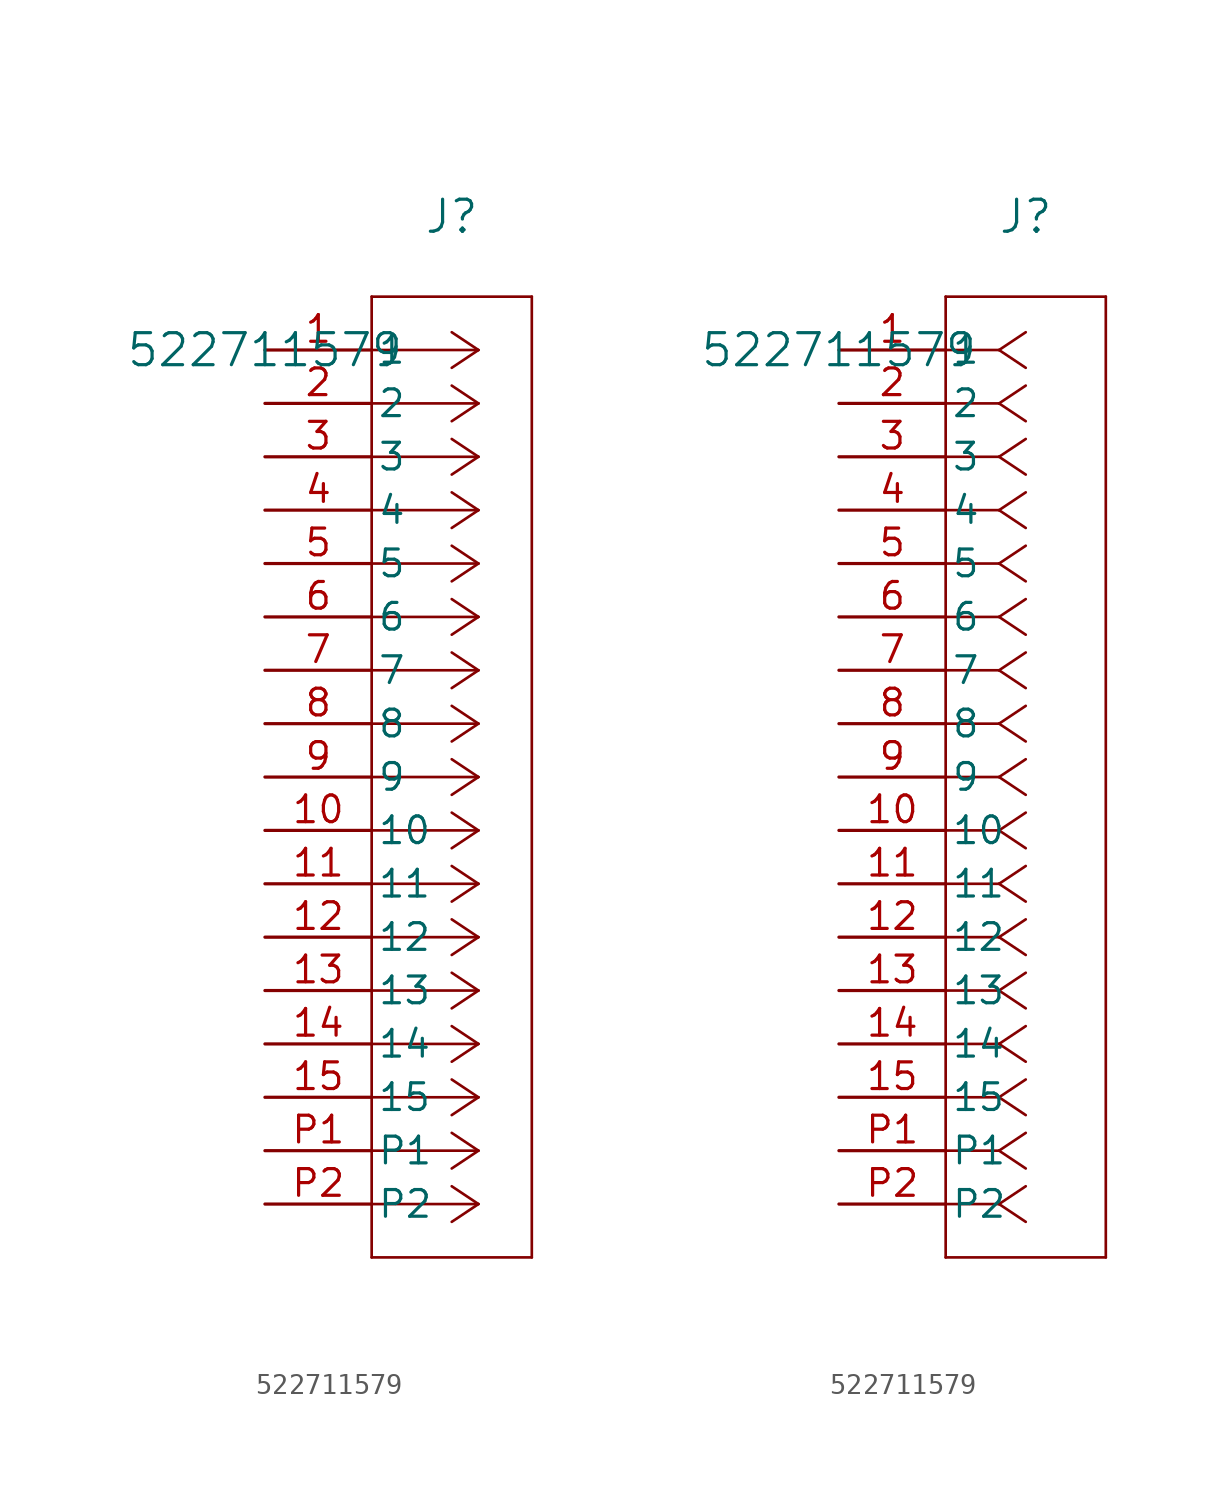
<source format=kicad_sym>
(kicad_symbol_lib
  (version 20211014)
  (generator kicad_symbol_editor)
  (symbol "522711579"
    (pin_names
      (offset 0.254))
    (property "Reference" "J"
      (at 8.89 6.35 0)
      (effects (font (size 1.524 1.524))))
    (property "Value" "522711579"
      (at 0 0 0)
      (effects (font (size 1.524 1.524))))
    (symbol "522711579_1_1"
      (polyline (pts (xy 10.16 0) (xy 5.08 0)) (stroke (width 0.127) (type default) (color 0 0 0 0)) (fill (type none)))
      (polyline (pts (xy 10.16 -2.54) (xy 5.08 -2.54)) (stroke (width 0.127) (type default) (color 0 0 0 0)) (fill (type none)))
      (polyline (pts (xy 10.16 -5.08) (xy 5.08 -5.08)) (stroke (width 0.127) (type default) (color 0 0 0 0)) (fill (type none)))
      (polyline (pts (xy 10.16 -7.62) (xy 5.08 -7.62)) (stroke (width 0.127) (type default) (color 0 0 0 0)) (fill (type none)))
      (polyline (pts (xy 10.16 -10.16) (xy 5.08 -10.16)) (stroke (width 0.127) (type default) (color 0 0 0 0)) (fill (type none)))
      (polyline (pts (xy 10.16 -12.7) (xy 5.08 -12.7)) (stroke (width 0.127) (type default) (color 0 0 0 0)) (fill (type none)))
      (polyline (pts (xy 10.16 -15.24) (xy 5.08 -15.24)) (stroke (width 0.127) (type default) (color 0 0 0 0)) (fill (type none)))
      (polyline (pts (xy 10.16 -17.78) (xy 5.08 -17.78)) (stroke (width 0.127) (type default) (color 0 0 0 0)) (fill (type none)))
      (polyline (pts (xy 10.16 -20.32) (xy 5.08 -20.32)) (stroke (width 0.127) (type default) (color 0 0 0 0)) (fill (type none)))
      (polyline (pts (xy 10.16 -22.86) (xy 5.08 -22.86)) (stroke (width 0.127) (type default) (color 0 0 0 0)) (fill (type none)))
      (polyline (pts (xy 10.16 -25.4) (xy 5.08 -25.4)) (stroke (width 0.127) (type default) (color 0 0 0 0)) (fill (type none)))
      (polyline (pts (xy 10.16 -27.94) (xy 5.08 -27.94)) (stroke (width 0.127) (type default) (color 0 0 0 0)) (fill (type none)))
      (polyline (pts (xy 10.16 -30.48) (xy 5.08 -30.48)) (stroke (width 0.127) (type default) (color 0 0 0 0)) (fill (type none)))
      (polyline (pts (xy 10.16 -33.02) (xy 5.08 -33.02)) (stroke (width 0.127) (type default) (color 0 0 0 0)) (fill (type none)))
      (polyline (pts (xy 10.16 -35.56) (xy 5.08 -35.56)) (stroke (width 0.127) (type default) (color 0 0 0 0)) (fill (type none)))
      (polyline (pts (xy 10.16 -38.1) (xy 5.08 -38.1)) (stroke (width 0.127) (type default) (color 0 0 0 0)) (fill (type none)))
      (polyline (pts (xy 10.16 -40.64) (xy 5.08 -40.64)) (stroke (width 0.127) (type default) (color 0 0 0 0)) (fill (type none)))
      (polyline (pts (xy 10.16 0) (xy 8.89 0.847)) (stroke (width 0.127) (type default) (color 0 0 0 0)) (fill (type none)))
      (polyline (pts (xy 10.16 -2.54) (xy 8.89 -1.693)) (stroke (width 0.127) (type default) (color 0 0 0 0)) (fill (type none)))
      (polyline (pts (xy 10.16 -5.08) (xy 8.89 -4.233)) (stroke (width 0.127) (type default) (color 0 0 0 0)) (fill (type none)))
      (polyline (pts (xy 10.16 -7.62) (xy 8.89 -6.773)) (stroke (width 0.127) (type default) (color 0 0 0 0)) (fill (type none)))
      (polyline (pts (xy 10.16 -10.16) (xy 8.89 -9.313)) (stroke (width 0.127) (type default) (color 0 0 0 0)) (fill (type none)))
      (polyline (pts (xy 10.16 -12.7) (xy 8.89 -11.853)) (stroke (width 0.127) (type default) (color 0 0 0 0)) (fill (type none)))
      (polyline (pts (xy 10.16 -15.24) (xy 8.89 -14.393)) (stroke (width 0.127) (type default) (color 0 0 0 0)) (fill (type none)))
      (polyline (pts (xy 10.16 -17.78) (xy 8.89 -16.933)) (stroke (width 0.127) (type default) (color 0 0 0 0)) (fill (type none)))
      (polyline (pts (xy 10.16 -20.32) (xy 8.89 -19.473)) (stroke (width 0.127) (type default) (color 0 0 0 0)) (fill (type none)))
      (polyline (pts (xy 10.16 -22.86) (xy 8.89 -22.013)) (stroke (width 0.127) (type default) (color 0 0 0 0)) (fill (type none)))
      (polyline (pts (xy 10.16 -25.4) (xy 8.89 -24.553)) (stroke (width 0.127) (type default) (color 0 0 0 0)) (fill (type none)))
      (polyline (pts (xy 10.16 -27.94) (xy 8.89 -27.093)) (stroke (width 0.127) (type default) (color 0 0 0 0)) (fill (type none)))
      (polyline (pts (xy 10.16 -30.48) (xy 8.89 -29.633)) (stroke (width 0.127) (type default) (color 0 0 0 0)) (fill (type none)))
      (polyline (pts (xy 10.16 -33.02) (xy 8.89 -32.173)) (stroke (width 0.127) (type default) (color 0 0 0 0)) (fill (type none)))
      (polyline (pts (xy 10.16 -35.56) (xy 8.89 -34.713)) (stroke (width 0.127) (type default) (color 0 0 0 0)) (fill (type none)))
      (polyline (pts (xy 10.16 -38.1) (xy 8.89 -37.253)) (stroke (width 0.127) (type default) (color 0 0 0 0)) (fill (type none)))
      (polyline (pts (xy 10.16 -40.64) (xy 8.89 -39.793)) (stroke (width 0.127) (type default) (color 0 0 0 0)) (fill (type none)))
      (polyline (pts (xy 10.16 0) (xy 8.89 -0.847)) (stroke (width 0.127) (type default) (color 0 0 0 0)) (fill (type none)))
      (polyline (pts (xy 10.16 -2.54) (xy 8.89 -3.387)) (stroke (width 0.127) (type default) (color 0 0 0 0)) (fill (type none)))
      (polyline (pts (xy 10.16 -5.08) (xy 8.89 -5.927)) (stroke (width 0.127) (type default) (color 0 0 0 0)) (fill (type none)))
      (polyline (pts (xy 10.16 -7.62) (xy 8.89 -8.467)) (stroke (width 0.127) (type default) (color 0 0 0 0)) (fill (type none)))
      (polyline (pts (xy 10.16 -10.16) (xy 8.89 -11.007)) (stroke (width 0.127) (type default) (color 0 0 0 0)) (fill (type none)))
      (polyline (pts (xy 10.16 -12.7) (xy 8.89 -13.547)) (stroke (width 0.127) (type default) (color 0 0 0 0)) (fill (type none)))
      (polyline (pts (xy 10.16 -15.24) (xy 8.89 -16.087)) (stroke (width 0.127) (type default) (color 0 0 0 0)) (fill (type none)))
      (polyline (pts (xy 10.16 -17.78) (xy 8.89 -18.627)) (stroke (width 0.127) (type default) (color 0 0 0 0)) (fill (type none)))
      (polyline (pts (xy 10.16 -20.32) (xy 8.89 -21.167)) (stroke (width 0.127) (type default) (color 0 0 0 0)) (fill (type none)))
      (polyline (pts (xy 10.16 -22.86) (xy 8.89 -23.707)) (stroke (width 0.127) (type default) (color 0 0 0 0)) (fill (type none)))
      (polyline (pts (xy 10.16 -25.4) (xy 8.89 -26.247)) (stroke (width 0.127) (type default) (color 0 0 0 0)) (fill (type none)))
      (polyline (pts (xy 10.16 -27.94) (xy 8.89 -28.787)) (stroke (width 0.127) (type default) (color 0 0 0 0)) (fill (type none)))
      (polyline (pts (xy 10.16 -30.48) (xy 8.89 -31.327)) (stroke (width 0.127) (type default) (color 0 0 0 0)) (fill (type none)))
      (polyline (pts (xy 10.16 -33.02) (xy 8.89 -33.867)) (stroke (width 0.127) (type default) (color 0 0 0 0)) (fill (type none)))
      (polyline (pts (xy 10.16 -35.56) (xy 8.89 -36.407)) (stroke (width 0.127) (type default) (color 0 0 0 0)) (fill (type none)))
      (polyline (pts (xy 10.16 -38.1) (xy 8.89 -38.947)) (stroke (width 0.127) (type default) (color 0 0 0 0)) (fill (type none)))
      (polyline (pts (xy 10.16 -40.64) (xy 8.89 -41.487)) (stroke (width 0.127) (type default) (color 0 0 0 0)) (fill (type none)))
      (polyline (pts (xy 5.08 2.54) (xy 5.08 -43.18)) (stroke (width 0.127) (type default) (color 0 0 0 0)) (fill (type none)))
      (polyline (pts (xy 5.08 -43.18) (xy 12.7 -43.18)) (stroke (width 0.127) (type default) (color 0 0 0 0)) (fill (type none)))
      (polyline (pts (xy 12.7 -43.18) (xy 12.7 2.54)) (stroke (width 0.127) (type default) (color 0 0 0 0)) (fill (type none)))
      (polyline (pts (xy 12.7 2.54) (xy 5.08 2.54)) (stroke (width 0.127) (type default) (color 0 0 0 0)) (fill (type none)))
      (pin unspecified line (at 0 0 0) (length 5.08) (name "1" (effects (font (size 1.27 1.27)))) (number "1" (effects (font (size 1.27 1.27)))))
      (pin unspecified line (at 0 -2.54 0) (length 5.08) (name "2" (effects (font (size 1.27 1.27)))) (number "2" (effects (font (size 1.27 1.27)))))
      (pin unspecified line (at 0 -5.08 0) (length 5.08) (name "3" (effects (font (size 1.27 1.27)))) (number "3" (effects (font (size 1.27 1.27)))))
      (pin unspecified line (at 0 -7.62 0) (length 5.08) (name "4" (effects (font (size 1.27 1.27)))) (number "4" (effects (font (size 1.27 1.27)))))
      (pin unspecified line (at 0 -10.16 0) (length 5.08) (name "5" (effects (font (size 1.27 1.27)))) (number "5" (effects (font (size 1.27 1.27)))))
      (pin unspecified line (at 0 -12.7 0) (length 5.08) (name "6" (effects (font (size 1.27 1.27)))) (number "6" (effects (font (size 1.27 1.27)))))
      (pin unspecified line (at 0 -15.24 0) (length 5.08) (name "7" (effects (font (size 1.27 1.27)))) (number "7" (effects (font (size 1.27 1.27)))))
      (pin unspecified line (at 0 -17.78 0) (length 5.08) (name "8" (effects (font (size 1.27 1.27)))) (number "8" (effects (font (size 1.27 1.27)))))
      (pin unspecified line (at 0 -20.32 0) (length 5.08) (name "9" (effects (font (size 1.27 1.27)))) (number "9" (effects (font (size 1.27 1.27)))))
      (pin unspecified line (at 0 -22.86 0) (length 5.08) (name "10" (effects (font (size 1.27 1.27)))) (number "10" (effects (font (size 1.27 1.27)))))
      (pin unspecified line (at 0 -25.4 0) (length 5.08) (name "11" (effects (font (size 1.27 1.27)))) (number "11" (effects (font (size 1.27 1.27)))))
      (pin unspecified line (at 0 -27.94 0) (length 5.08) (name "12" (effects (font (size 1.27 1.27)))) (number "12" (effects (font (size 1.27 1.27)))))
      (pin unspecified line (at 0 -30.48 0) (length 5.08) (name "13" (effects (font (size 1.27 1.27)))) (number "13" (effects (font (size 1.27 1.27)))))
      (pin unspecified line (at 0 -33.02 0) (length 5.08) (name "14" (effects (font (size 1.27 1.27)))) (number "14" (effects (font (size 1.27 1.27)))))
      (pin unspecified line (at 0 -35.56 0) (length 5.08) (name "15" (effects (font (size 1.27 1.27)))) (number "15" (effects (font (size 1.27 1.27)))))
      (pin unspecified line (at 0 -38.1 0) (length 5.08) (name "P1" (effects (font (size 1.27 1.27)))) (number "P1" (effects (font (size 1.27 1.27)))))
      (pin unspecified line (at 0 -40.64 0) (length 5.08) (name "P2" (effects (font (size 1.27 1.27)))) (number "P2" (effects (font (size 1.27 1.27))))))
    (symbol "522711579_1_2"
      (polyline (pts (xy 7.62 0) (xy 5.08 0)) (stroke (width 0.127) (type default) (color 0 0 0 0)) (fill (type none)))
      (polyline (pts (xy 7.62 -2.54) (xy 5.08 -2.54)) (stroke (width 0.127) (type default) (color 0 0 0 0)) (fill (type none)))
      (polyline (pts (xy 7.62 -5.08) (xy 5.08 -5.08)) (stroke (width 0.127) (type default) (color 0 0 0 0)) (fill (type none)))
      (polyline (pts (xy 7.62 -7.62) (xy 5.08 -7.62)) (stroke (width 0.127) (type default) (color 0 0 0 0)) (fill (type none)))
      (polyline (pts (xy 7.62 -10.16) (xy 5.08 -10.16)) (stroke (width 0.127) (type default) (color 0 0 0 0)) (fill (type none)))
      (polyline (pts (xy 7.62 -12.7) (xy 5.08 -12.7)) (stroke (width 0.127) (type default) (color 0 0 0 0)) (fill (type none)))
      (polyline (pts (xy 7.62 -15.24) (xy 5.08 -15.24)) (stroke (width 0.127) (type default) (color 0 0 0 0)) (fill (type none)))
      (polyline (pts (xy 7.62 -17.78) (xy 5.08 -17.78)) (stroke (width 0.127) (type default) (color 0 0 0 0)) (fill (type none)))
      (polyline (pts (xy 7.62 -20.32) (xy 5.08 -20.32)) (stroke (width 0.127) (type default) (color 0 0 0 0)) (fill (type none)))
      (polyline (pts (xy 7.62 -22.86) (xy 5.08 -22.86)) (stroke (width 0.127) (type default) (color 0 0 0 0)) (fill (type none)))
      (polyline (pts (xy 7.62 -25.4) (xy 5.08 -25.4)) (stroke (width 0.127) (type default) (color 0 0 0 0)) (fill (type none)))
      (polyline (pts (xy 7.62 -27.94) (xy 5.08 -27.94)) (stroke (width 0.127) (type default) (color 0 0 0 0)) (fill (type none)))
      (polyline (pts (xy 7.62 -30.48) (xy 5.08 -30.48)) (stroke (width 0.127) (type default) (color 0 0 0 0)) (fill (type none)))
      (polyline (pts (xy 7.62 -33.02) (xy 5.08 -33.02)) (stroke (width 0.127) (type default) (color 0 0 0 0)) (fill (type none)))
      (polyline (pts (xy 7.62 -35.56) (xy 5.08 -35.56)) (stroke (width 0.127) (type default) (color 0 0 0 0)) (fill (type none)))
      (polyline (pts (xy 7.62 -38.1) (xy 5.08 -38.1)) (stroke (width 0.127) (type default) (color 0 0 0 0)) (fill (type none)))
      (polyline (pts (xy 7.62 -40.64) (xy 5.08 -40.64)) (stroke (width 0.127) (type default) (color 0 0 0 0)) (fill (type none)))
      (polyline (pts (xy 7.62 0) (xy 8.89 0.847)) (stroke (width 0.127) (type default) (color 0 0 0 0)) (fill (type none)))
      (polyline (pts (xy 7.62 -2.54) (xy 8.89 -1.693)) (stroke (width 0.127) (type default) (color 0 0 0 0)) (fill (type none)))
      (polyline (pts (xy 7.62 -5.08) (xy 8.89 -4.233)) (stroke (width 0.127) (type default) (color 0 0 0 0)) (fill (type none)))
      (polyline (pts (xy 7.62 -7.62) (xy 8.89 -6.773)) (stroke (width 0.127) (type default) (color 0 0 0 0)) (fill (type none)))
      (polyline (pts (xy 7.62 -10.16) (xy 8.89 -9.313)) (stroke (width 0.127) (type default) (color 0 0 0 0)) (fill (type none)))
      (polyline (pts (xy 7.62 -12.7) (xy 8.89 -11.853)) (stroke (width 0.127) (type default) (color 0 0 0 0)) (fill (type none)))
      (polyline (pts (xy 7.62 -15.24) (xy 8.89 -14.393)) (stroke (width 0.127) (type default) (color 0 0 0 0)) (fill (type none)))
      (polyline (pts (xy 7.62 -17.78) (xy 8.89 -16.933)) (stroke (width 0.127) (type default) (color 0 0 0 0)) (fill (type none)))
      (polyline (pts (xy 7.62 -20.32) (xy 8.89 -19.473)) (stroke (width 0.127) (type default) (color 0 0 0 0)) (fill (type none)))
      (polyline (pts (xy 7.62 -22.86) (xy 8.89 -22.013)) (stroke (width 0.127) (type default) (color 0 0 0 0)) (fill (type none)))
      (polyline (pts (xy 7.62 -25.4) (xy 8.89 -24.553)) (stroke (width 0.127) (type default) (color 0 0 0 0)) (fill (type none)))
      (polyline (pts (xy 7.62 -27.94) (xy 8.89 -27.093)) (stroke (width 0.127) (type default) (color 0 0 0 0)) (fill (type none)))
      (polyline (pts (xy 7.62 -30.48) (xy 8.89 -29.633)) (stroke (width 0.127) (type default) (color 0 0 0 0)) (fill (type none)))
      (polyline (pts (xy 7.62 -33.02) (xy 8.89 -32.173)) (stroke (width 0.127) (type default) (color 0 0 0 0)) (fill (type none)))
      (polyline (pts (xy 7.62 -35.56) (xy 8.89 -34.713)) (stroke (width 0.127) (type default) (color 0 0 0 0)) (fill (type none)))
      (polyline (pts (xy 7.62 -38.1) (xy 8.89 -37.253)) (stroke (width 0.127) (type default) (color 0 0 0 0)) (fill (type none)))
      (polyline (pts (xy 7.62 -40.64) (xy 8.89 -39.793)) (stroke (width 0.127) (type default) (color 0 0 0 0)) (fill (type none)))
      (polyline (pts (xy 7.62 0) (xy 8.89 -0.847)) (stroke (width 0.127) (type default) (color 0 0 0 0)) (fill (type none)))
      (polyline (pts (xy 7.62 -2.54) (xy 8.89 -3.387)) (stroke (width 0.127) (type default) (color 0 0 0 0)) (fill (type none)))
      (polyline (pts (xy 7.62 -5.08) (xy 8.89 -5.927)) (stroke (width 0.127) (type default) (color 0 0 0 0)) (fill (type none)))
      (polyline (pts (xy 7.62 -7.62) (xy 8.89 -8.467)) (stroke (width 0.127) (type default) (color 0 0 0 0)) (fill (type none)))
      (polyline (pts (xy 7.62 -10.16) (xy 8.89 -11.007)) (stroke (width 0.127) (type default) (color 0 0 0 0)) (fill (type none)))
      (polyline (pts (xy 7.62 -12.7) (xy 8.89 -13.547)) (stroke (width 0.127) (type default) (color 0 0 0 0)) (fill (type none)))
      (polyline (pts (xy 7.62 -15.24) (xy 8.89 -16.087)) (stroke (width 0.127) (type default) (color 0 0 0 0)) (fill (type none)))
      (polyline (pts (xy 7.62 -17.78) (xy 8.89 -18.627)) (stroke (width 0.127) (type default) (color 0 0 0 0)) (fill (type none)))
      (polyline (pts (xy 7.62 -20.32) (xy 8.89 -21.167)) (stroke (width 0.127) (type default) (color 0 0 0 0)) (fill (type none)))
      (polyline (pts (xy 7.62 -22.86) (xy 8.89 -23.707)) (stroke (width 0.127) (type default) (color 0 0 0 0)) (fill (type none)))
      (polyline (pts (xy 7.62 -25.4) (xy 8.89 -26.247)) (stroke (width 0.127) (type default) (color 0 0 0 0)) (fill (type none)))
      (polyline (pts (xy 7.62 -27.94) (xy 8.89 -28.787)) (stroke (width 0.127) (type default) (color 0 0 0 0)) (fill (type none)))
      (polyline (pts (xy 7.62 -30.48) (xy 8.89 -31.327)) (stroke (width 0.127) (type default) (color 0 0 0 0)) (fill (type none)))
      (polyline (pts (xy 7.62 -33.02) (xy 8.89 -33.867)) (stroke (width 0.127) (type default) (color 0 0 0 0)) (fill (type none)))
      (polyline (pts (xy 7.62 -35.56) (xy 8.89 -36.407)) (stroke (width 0.127) (type default) (color 0 0 0 0)) (fill (type none)))
      (polyline (pts (xy 7.62 -38.1) (xy 8.89 -38.947)) (stroke (width 0.127) (type default) (color 0 0 0 0)) (fill (type none)))
      (polyline (pts (xy 7.62 -40.64) (xy 8.89 -41.487)) (stroke (width 0.127) (type default) (color 0 0 0 0)) (fill (type none)))
      (polyline (pts (xy 5.08 2.54) (xy 5.08 -43.18)) (stroke (width 0.127) (type default) (color 0 0 0 0)) (fill (type none)))
      (polyline (pts (xy 5.08 -43.18) (xy 12.7 -43.18)) (stroke (width 0.127) (type default) (color 0 0 0 0)) (fill (type none)))
      (polyline (pts (xy 12.7 -43.18) (xy 12.7 2.54)) (stroke (width 0.127) (type default) (color 0 0 0 0)) (fill (type none)))
      (polyline (pts (xy 12.7 2.54) (xy 5.08 2.54)) (stroke (width 0.127) (type default) (color 0 0 0 0)) (fill (type none)))
      (pin unspecified line (at 0 0 0) (length 5.08) (name "1" (effects (font (size 1.27 1.27)))) (number "1" (effects (font (size 1.27 1.27)))))
      (pin unspecified line (at 0 -2.54 0) (length 5.08) (name "2" (effects (font (size 1.27 1.27)))) (number "2" (effects (font (size 1.27 1.27)))))
      (pin unspecified line (at 0 -5.08 0) (length 5.08) (name "3" (effects (font (size 1.27 1.27)))) (number "3" (effects (font (size 1.27 1.27)))))
      (pin unspecified line (at 0 -7.62 0) (length 5.08) (name "4" (effects (font (size 1.27 1.27)))) (number "4" (effects (font (size 1.27 1.27)))))
      (pin unspecified line (at 0 -10.16 0) (length 5.08) (name "5" (effects (font (size 1.27 1.27)))) (number "5" (effects (font (size 1.27 1.27)))))
      (pin unspecified line (at 0 -12.7 0) (length 5.08) (name "6" (effects (font (size 1.27 1.27)))) (number "6" (effects (font (size 1.27 1.27)))))
      (pin unspecified line (at 0 -15.24 0) (length 5.08) (name "7" (effects (font (size 1.27 1.27)))) (number "7" (effects (font (size 1.27 1.27)))))
      (pin unspecified line (at 0 -17.78 0) (length 5.08) (name "8" (effects (font (size 1.27 1.27)))) (number "8" (effects (font (size 1.27 1.27)))))
      (pin unspecified line (at 0 -20.32 0) (length 5.08) (name "9" (effects (font (size 1.27 1.27)))) (number "9" (effects (font (size 1.27 1.27)))))
      (pin unspecified line (at 0 -22.86 0) (length 5.08) (name "10" (effects (font (size 1.27 1.27)))) (number "10" (effects (font (size 1.27 1.27)))))
      (pin unspecified line (at 0 -25.4 0) (length 5.08) (name "11" (effects (font (size 1.27 1.27)))) (number "11" (effects (font (size 1.27 1.27)))))
      (pin unspecified line (at 0 -27.94 0) (length 5.08) (name "12" (effects (font (size 1.27 1.27)))) (number "12" (effects (font (size 1.27 1.27)))))
      (pin unspecified line (at 0 -30.48 0) (length 5.08) (name "13" (effects (font (size 1.27 1.27)))) (number "13" (effects (font (size 1.27 1.27)))))
      (pin unspecified line (at 0 -33.02 0) (length 5.08) (name "14" (effects (font (size 1.27 1.27)))) (number "14" (effects (font (size 1.27 1.27)))))
      (pin unspecified line (at 0 -35.56 0) (length 5.08) (name "15" (effects (font (size 1.27 1.27)))) (number "15" (effects (font (size 1.27 1.27)))))
      (pin unspecified line (at 0 -38.1 0) (length 5.08) (name "P1" (effects (font (size 1.27 1.27)))) (number "P1" (effects (font (size 1.27 1.27)))))
      (pin unspecified line (at 0 -40.64 0) (length 5.08) (name "P2" (effects (font (size 1.27 1.27)))) (number "P2" (effects (font (size 1.27 1.27))))))))
</source>
